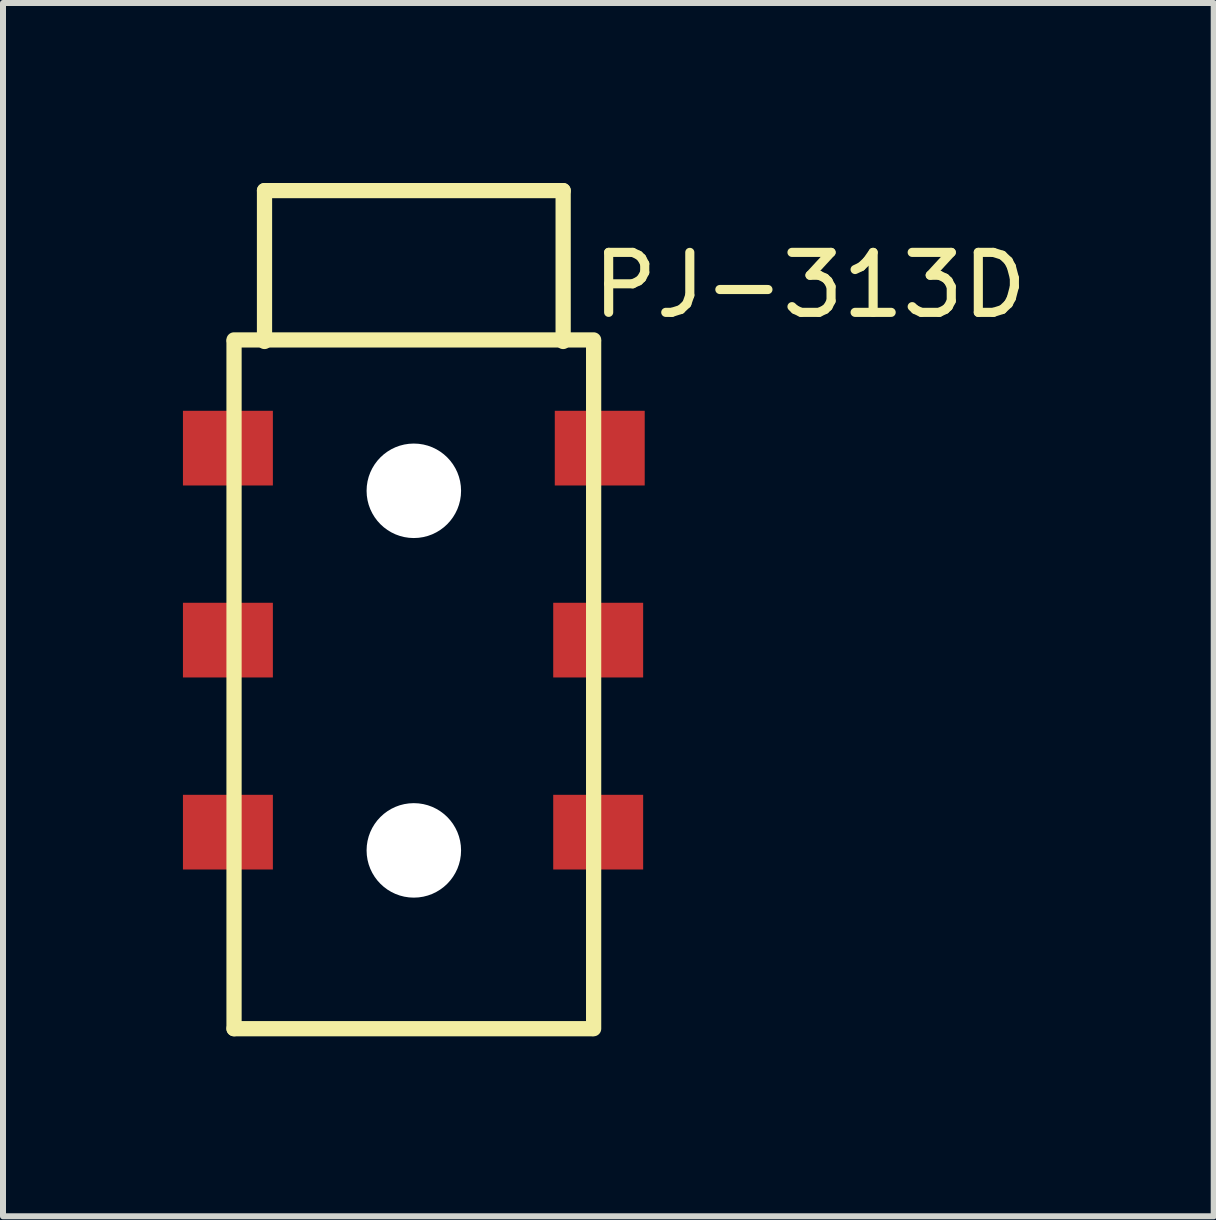
<source format=kicad_pcb>
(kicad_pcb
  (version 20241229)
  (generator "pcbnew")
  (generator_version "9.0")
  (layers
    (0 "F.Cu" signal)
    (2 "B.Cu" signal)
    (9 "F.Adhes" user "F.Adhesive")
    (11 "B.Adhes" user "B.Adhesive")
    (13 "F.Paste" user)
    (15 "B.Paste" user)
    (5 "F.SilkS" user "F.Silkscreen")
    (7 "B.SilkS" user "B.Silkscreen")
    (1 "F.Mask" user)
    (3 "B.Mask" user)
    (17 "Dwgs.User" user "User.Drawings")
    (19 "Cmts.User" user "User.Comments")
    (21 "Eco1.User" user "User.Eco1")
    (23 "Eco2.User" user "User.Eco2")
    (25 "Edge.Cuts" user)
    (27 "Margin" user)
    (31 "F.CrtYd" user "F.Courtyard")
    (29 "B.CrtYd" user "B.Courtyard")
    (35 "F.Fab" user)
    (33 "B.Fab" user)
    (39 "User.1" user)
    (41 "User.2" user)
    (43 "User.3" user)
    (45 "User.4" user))
  (footprint "PJ-313D"
    (layer "F.Cu")
    (at 3.848 5.258)
    (property "Reference" "PJ-313D" (at 6.604 -3.556 0) (unlocked yes) (layer "F.SilkS") (effects (font (size 1 1.052) (thickness 0.152))))
    (attr smd)
    (fp_line (start -2.997 -2.642) (end 2.997 -2.642) (stroke (width 0.254) (type solid)) (layer "F.SilkS"))
    (fp_line (start -2.997 8.839) (end -2.997 -2.616) (stroke (width 0.254) (type solid)) (layer "F.SilkS"))
    (fp_line (start -2.997 8.839) (end 2.972 8.839) (stroke (width 0.254) (type solid)) (layer "F.SilkS"))
    (fp_line (start -2.489 -5.131) (end 2.489 -5.131) (stroke (width 0.254) (type solid)) (layer "F.SilkS"))
    (fp_line (start -2.489 -2.616) (end -2.489 -5.131) (stroke (width 0.254) (type solid)) (layer "F.SilkS"))
    (fp_line (start 2.489 -2.616) (end 2.489 -5.131) (stroke (width 0.254) (type solid)) (layer "F.SilkS"))
    (fp_line (start 2.997 8.839) (end 2.997 -2.616) (stroke (width 0.254) (type solid)) (layer "F.SilkS"))
    (pad "" np_thru_hole circle (at 0 -0.127) (size 1.575 1.575) (drill 1.575) (layers "*.Cu" "*.Mask"))
    (pad "" np_thru_hole circle (at 0 5.867) (size 1.575 1.575) (drill 1.575) (layers "*.Cu" "*.Mask"))
    (pad "1" smd rect (at -3.099 -0.838) (size 1.499 1.245) (layers "F.Cu" "F.Mask" "F.Paste"))
    (pad "1" smd rect (at 3.099 -0.838) (size 1.499 1.245) (layers "F.Cu" "F.Mask" "F.Paste"))
    (pad "2" smd rect (at -3.099 5.563) (size 1.499 1.245) (layers "F.Cu" "F.Mask" "F.Paste"))
    (pad "2" smd rect (at 3.073 5.563) (size 1.499 1.245) (layers "F.Cu" "F.Mask" "F.Paste"))
    (pad "3" smd rect (at -3.099 2.362) (size 1.499 1.245) (layers "F.Cu" "F.Mask" "F.Paste"))
    (pad "3" smd rect (at 3.073 2.362) (size 1.499 1.245) (layers "F.Cu" "F.Mask" "F.Paste")))
  (gr_rect
    (start -3 -3)
    (end 17.181 17.224)
    (stroke (width 0.1) (type default))
    (fill no)
    (layer "Edge.Cuts")))
</source>
